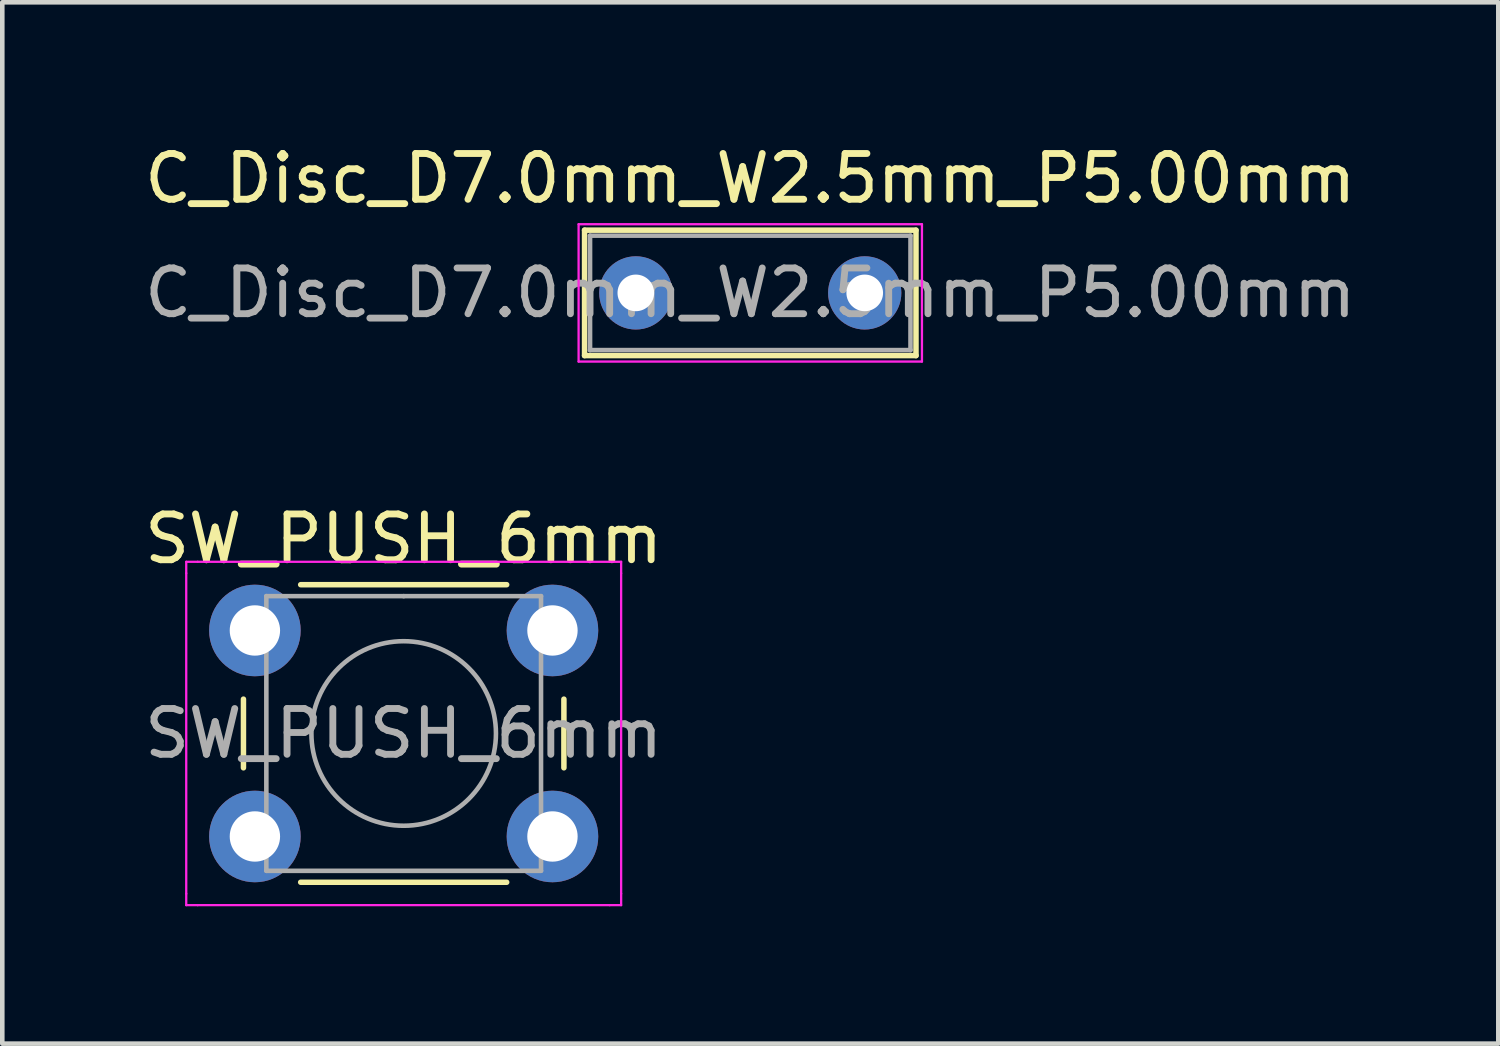
<source format=kicad_pcb>
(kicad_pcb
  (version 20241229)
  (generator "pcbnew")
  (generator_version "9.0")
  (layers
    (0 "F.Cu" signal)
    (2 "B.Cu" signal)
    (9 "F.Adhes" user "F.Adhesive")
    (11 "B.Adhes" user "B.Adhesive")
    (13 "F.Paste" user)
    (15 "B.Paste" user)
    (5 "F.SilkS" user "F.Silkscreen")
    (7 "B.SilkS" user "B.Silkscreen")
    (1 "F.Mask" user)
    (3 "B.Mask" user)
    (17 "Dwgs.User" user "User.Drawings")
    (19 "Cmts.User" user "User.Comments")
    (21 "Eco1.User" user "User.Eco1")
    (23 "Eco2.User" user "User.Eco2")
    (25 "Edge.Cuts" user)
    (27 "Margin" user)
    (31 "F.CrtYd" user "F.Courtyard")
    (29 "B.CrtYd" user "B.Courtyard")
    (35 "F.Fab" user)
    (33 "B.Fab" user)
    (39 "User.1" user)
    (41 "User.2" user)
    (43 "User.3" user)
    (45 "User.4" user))
  (footprint "SW_PUSH_6mm"
    (layer "F.Cu")
    (at 2.518 10.722)
    (property "Reference" "SW_PUSH_6mm" (at 3.25 -2 0) (layer "F.SilkS") (effects (font (size 1 1) (thickness 0.15))))
    (attr through_hole)
    (fp_line (start -0.25 1.5) (end -0.25 3) (stroke (width 0.12) (type solid)) (layer "F.SilkS"))
    (fp_line (start 1 5.5) (end 5.5 5.5) (stroke (width 0.12) (type solid)) (layer "F.SilkS"))
    (fp_line (start 5.5 -1) (end 1 -1) (stroke (width 0.12) (type solid)) (layer "F.SilkS"))
    (fp_line (start 6.75 3) (end 6.75 1.5) (stroke (width 0.12) (type solid)) (layer "F.SilkS"))
    (fp_line (start -1.5 -1.5) (end -1.25 -1.5) (stroke (width 0.05) (type solid)) (layer "F.CrtYd"))
    (fp_line (start -1.5 -1.25) (end -1.5 -1.5) (stroke (width 0.05) (type solid)) (layer "F.CrtYd"))
    (fp_line (start -1.5 5.75) (end -1.5 -1.25) (stroke (width 0.05) (type solid)) (layer "F.CrtYd"))
    (fp_line (start -1.5 5.75) (end -1.5 6) (stroke (width 0.05) (type solid)) (layer "F.CrtYd"))
    (fp_line (start -1.5 6) (end -1.25 6) (stroke (width 0.05) (type solid)) (layer "F.CrtYd"))
    (fp_line (start -1.25 -1.5) (end 7.75 -1.5) (stroke (width 0.05) (type solid)) (layer "F.CrtYd"))
    (fp_line (start 7.75 -1.5) (end 8 -1.5) (stroke (width 0.05) (type solid)) (layer "F.CrtYd"))
    (fp_line (start 7.75 6) (end -1.25 6) (stroke (width 0.05) (type solid)) (layer "F.CrtYd"))
    (fp_line (start 7.75 6) (end 8 6) (stroke (width 0.05) (type solid)) (layer "F.CrtYd"))
    (fp_line (start 8 -1.5) (end 8 -1.25) (stroke (width 0.05) (type solid)) (layer "F.CrtYd"))
    (fp_line (start 8 -1.25) (end 8 5.75) (stroke (width 0.05) (type solid)) (layer "F.CrtYd"))
    (fp_line (start 8 6) (end 8 5.75) (stroke (width 0.05) (type solid)) (layer "F.CrtYd"))
    (fp_line (start 0.25 -0.75) (end 3.25 -0.75) (stroke (width 0.1) (type solid)) (layer "F.Fab"))
    (fp_line (start 0.25 5.25) (end 0.25 -0.75) (stroke (width 0.1) (type solid)) (layer "F.Fab"))
    (fp_line (start 3.25 -0.75) (end 6.25 -0.75) (stroke (width 0.1) (type solid)) (layer "F.Fab"))
    (fp_line (start 6.25 -0.75) (end 6.25 5.25) (stroke (width 0.1) (type solid)) (layer "F.Fab"))
    (fp_line (start 6.25 5.25) (end 0.25 5.25) (stroke (width 0.1) (type solid)) (layer "F.Fab"))
    (fp_circle (center 3.25 2.25) (end 1.25 2.5) (stroke (width 0.1) (type solid)) (fill no) (layer "F.Fab"))
    (fp_text user "${REFERENCE}" (at 3.25 2.25 0) (layer "F.Fab") (effects (font (size 1 1) (thickness 0.15))))
    (pad "1" thru_hole circle (at 0 0 270) (size 2 2) (drill 1.1) (layers "*.Cu" "*.Mask"))
    (pad "1" thru_hole circle (at 6.5 0 270) (size 2 2) (drill 1.1) (layers "*.Cu" "*.Mask"))
    (pad "2" thru_hole circle (at 0 4.5 270) (size 2 2) (drill 1.1) (layers "*.Cu" "*.Mask"))
    (pad "2" thru_hole circle (at 6.5 4.5 270) (size 2 2) (drill 1.1) (layers "*.Cu" "*.Mask")))
  (footprint "C_Disc_D7.0mm_W2.5mm_P5.00mm"
    (layer "F.Cu")
    (at 10.839 3.348)
    (property "Reference" "C_Disc_D7.0mm_W2.5mm_P5.00mm" (at 2.5 -2.5 0) (layer "F.SilkS") (effects (font (size 1 1) (thickness 0.15))))
    (attr through_hole)
    (fp_line (start -1.12 -1.37) (end -1.12 1.37) (stroke (width 0.12) (type solid)) (layer "F.SilkS"))
    (fp_line (start -1.12 -1.37) (end 6.12 -1.37) (stroke (width 0.12) (type solid)) (layer "F.SilkS"))
    (fp_line (start -1.12 1.37) (end 6.12 1.37) (stroke (width 0.12) (type solid)) (layer "F.SilkS"))
    (fp_line (start 6.12 -1.37) (end 6.12 1.37) (stroke (width 0.12) (type solid)) (layer "F.SilkS"))
    (fp_line (start -1.25 -1.5) (end -1.25 1.5) (stroke (width 0.05) (type solid)) (layer "F.CrtYd"))
    (fp_line (start -1.25 1.5) (end 6.25 1.5) (stroke (width 0.05) (type solid)) (layer "F.CrtYd"))
    (fp_line (start 6.25 -1.5) (end -1.25 -1.5) (stroke (width 0.05) (type solid)) (layer "F.CrtYd"))
    (fp_line (start 6.25 1.5) (end 6.25 -1.5) (stroke (width 0.05) (type solid)) (layer "F.CrtYd"))
    (fp_line (start -1 -1.25) (end -1 1.25) (stroke (width 0.1) (type solid)) (layer "F.Fab"))
    (fp_line (start -1 1.25) (end 6 1.25) (stroke (width 0.1) (type solid)) (layer "F.Fab"))
    (fp_line (start 6 -1.25) (end -1 -1.25) (stroke (width 0.1) (type solid)) (layer "F.Fab"))
    (fp_line (start 6 1.25) (end 6 -1.25) (stroke (width 0.1) (type solid)) (layer "F.Fab"))
    (fp_text user "${REFERENCE}" (at 2.5 0 0) (layer "F.Fab") (effects (font (size 1 1) (thickness 0.15))))
    (pad "1" thru_hole circle (at 0 0) (size 1.6 1.6) (drill 0.8) (layers "*.Cu" "*.Mask"))
    (pad "2" thru_hole circle (at 5 0) (size 1.6 1.6) (drill 0.8) (layers "*.Cu" "*.Mask")))
  (gr_rect
    (start -3 -3)
    (end 29.679 19.747)
    (stroke (width 0.1) (type default))
    (fill no)
    (layer "Edge.Cuts")))
</source>
